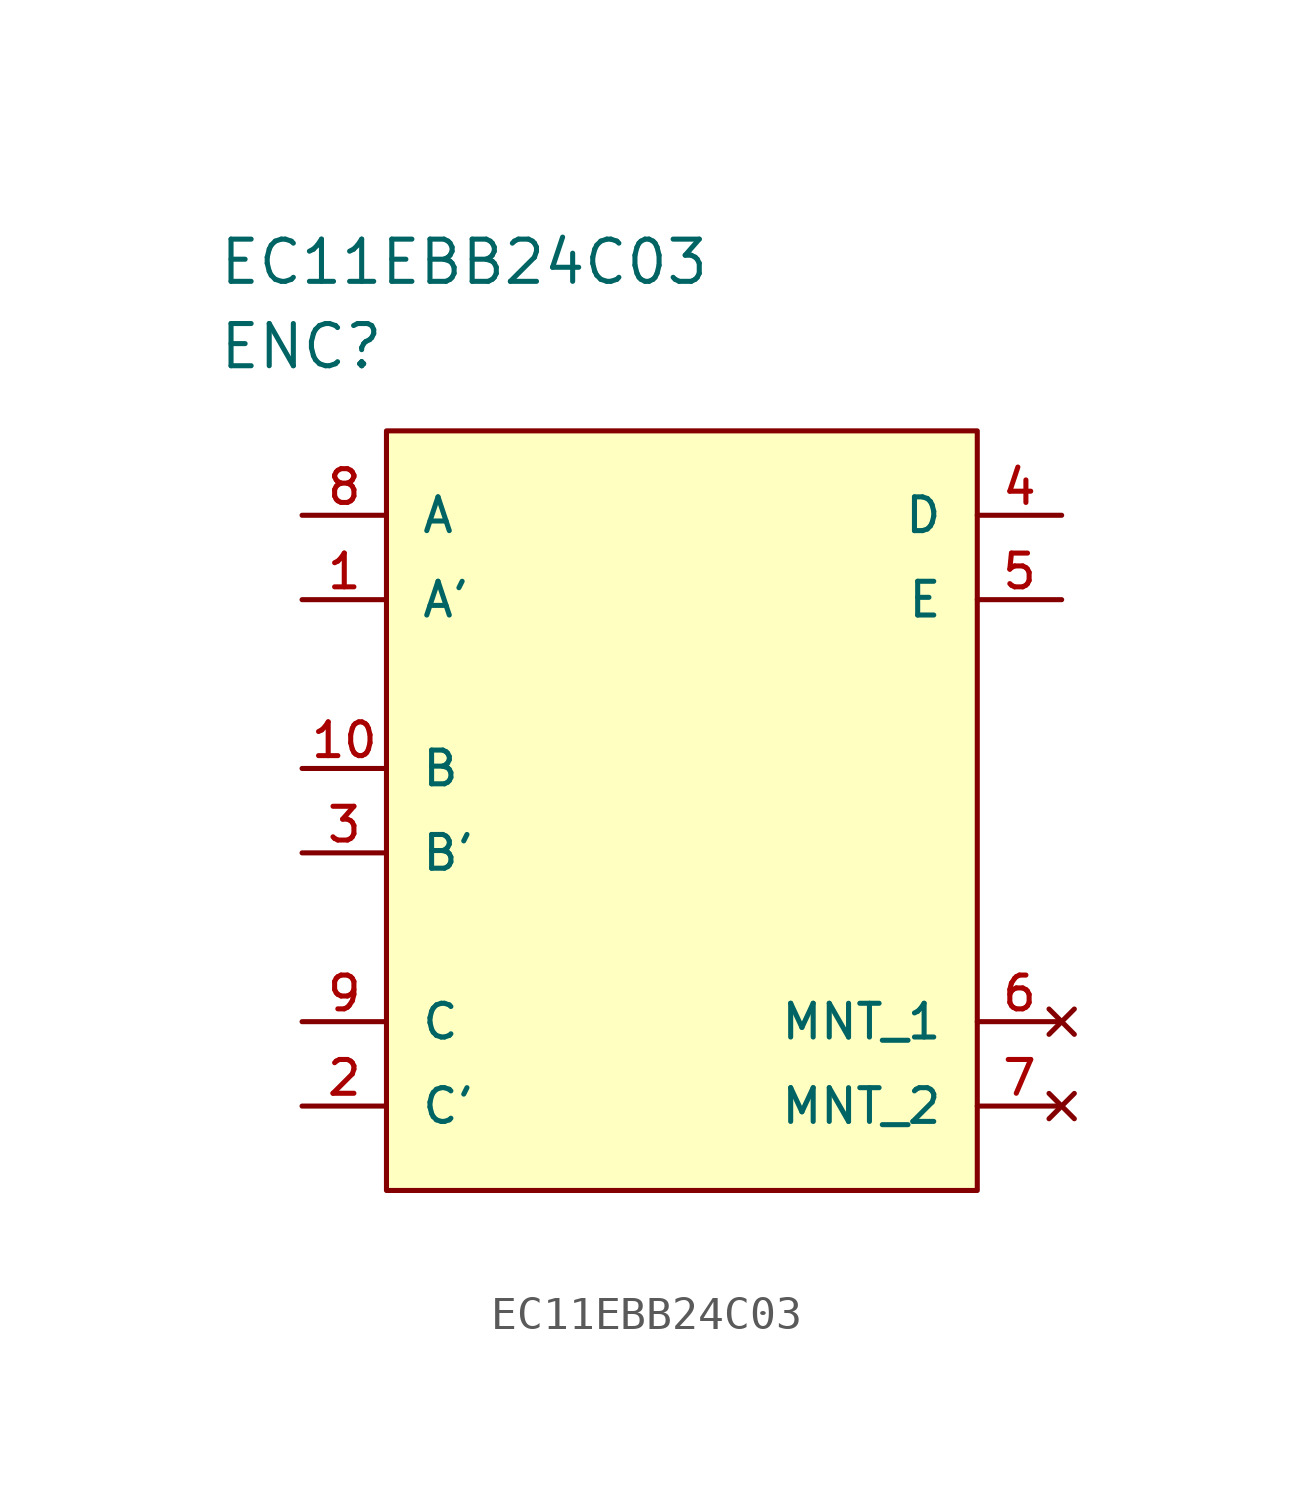
<source format=kicad_sym>
(kicad_symbol_lib
  (version 20220914)
  (generator kicad_symbol_editor)
  (symbol "EC11EBB24C03"
    (pin_names
      (offset 1.016))
    (property "Reference" "ENC"
      (at 0 5.08 0)
      (effects (font (size 1.27 1.27)) (justify left)))
    (property "Value" "EC11EBB24C03"
      (at 0 7.62 0)
      (effects (font (size 1.27 1.27)) (justify left)))
    (symbol "EC11EBB24C03_1_1"
      (rectangle (start 5.08 2.54) (end 22.86 -20.32) (stroke (width 0) (type default)) (fill (type background)))
      (pin output line (at 2.54 -2.54 0) (length 2.54) (name "A'" (effects (font (size 1.016 1.016)))) (number "1" (effects (font (size 1.016 1.016)))))
      (pin output line (at 2.54 -7.62 0) (length 2.54) (name "B" (effects (font (size 1.016 1.016)))) (number "10" (effects (font (size 1.016 1.016)))))
      (pin power_in line (at 2.54 -17.78 0) (length 2.54) (name "C'" (effects (font (size 1.016 1.016)))) (number "2" (effects (font (size 1.016 1.016)))))
      (pin output line (at 2.54 -10.16 0) (length 2.54) (name "B'" (effects (font (size 1.016 1.016)))) (number "3" (effects (font (size 1.016 1.016)))))
      (pin output line (at 25.4 0 180) (length 2.54) (name "D" (effects (font (size 1.016 1.016)))) (number "4" (effects (font (size 1.016 1.016)))))
      (pin power_in line (at 25.4 -2.54 180) (length 2.54) (name "E" (effects (font (size 1.016 1.016)))) (number "5" (effects (font (size 1.016 1.016)))))
      (pin no_connect line (at 25.4 -15.24 180) (length 2.54) (name "MNT_1" (effects (font (size 1.016 1.016)))) (number "6" (effects (font (size 1.016 1.016)))))
      (pin no_connect line (at 25.4 -17.78 180) (length 2.54) (name "MNT_2" (effects (font (size 1.016 1.016)))) (number "7" (effects (font (size 1.016 1.016)))))
      (pin output line (at 2.54 0 0) (length 2.54) (name "A" (effects (font (size 1.016 1.016)))) (number "8" (effects (font (size 1.016 1.016)))))
      (pin power_in line (at 2.54 -15.24 0) (length 2.54) (name "C" (effects (font (size 1.016 1.016)))) (number "9" (effects (font (size 1.016 1.016))))))))
</source>
